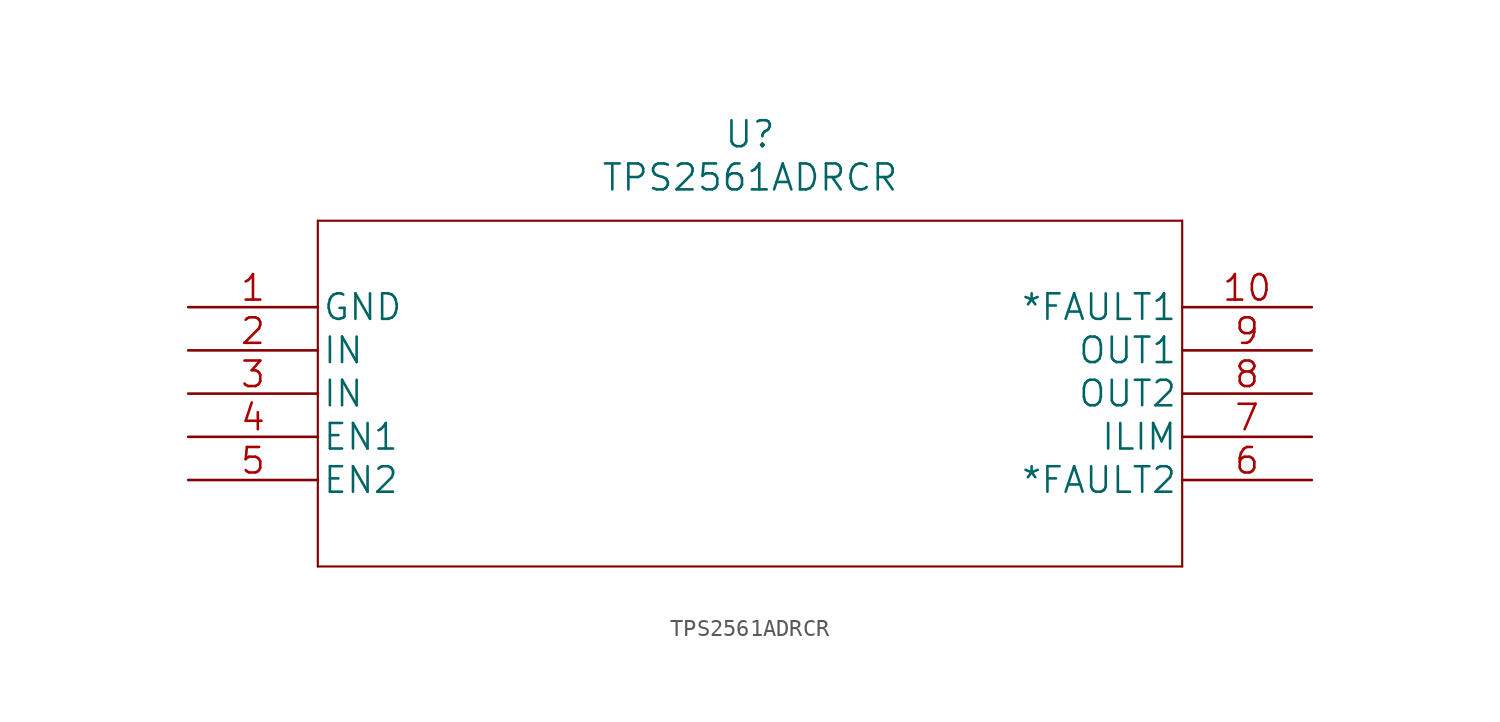
<source format=kicad_sym>
(kicad_symbol_lib
  (version 20220914)
  (generator kicad_symbol_editor)
  (symbol "TPS2561ADRCR"
    (pin_names
      (offset 0.254))
    (property "Reference" "U"
      (at 33.02 10.16 0)
      (effects (font (size 1.524 1.524))))
    (property "Value" "TPS2561ADRCR"
      (at 33.02 7.62 0)
      (effects (font (size 1.524 1.524))))
    (property "Datasheet" ""
      (at 0 0 0)
      (effects (font (size 1.524 1.524))))
    (symbol "TPS2561ADRCR_1_1"
      (polyline (pts (xy 7.62 -15.24) (xy 58.42 -15.24)) (stroke (width 0.127) (type solid)) (fill (type none)))
      (polyline (pts (xy 7.62 5.08) (xy 7.62 -15.24)) (stroke (width 0.127) (type solid)) (fill (type none)))
      (polyline (pts (xy 58.42 -15.24) (xy 58.42 5.08)) (stroke (width 0.127) (type solid)) (fill (type none)))
      (polyline (pts (xy 58.42 5.08) (xy 7.62 5.08)) (stroke (width 0.127) (type solid)) (fill (type none)))
      (pin power_in line (at 0 0 0) (length 7.62) (name "GND" (effects (font (size 1.499 1.499)))) (number "1" (effects (font (size 1.499 1.499)))))
      (pin output line (at 66.04 0 180) (length 7.62) (name "*FAULT1" (effects (font (size 1.499 1.499)))) (number "10" (effects (font (size 1.499 1.499)))))
      (pin input line (at 0 -2.54 0) (length 7.62) (name "IN" (effects (font (size 1.499 1.499)))) (number "2" (effects (font (size 1.499 1.499)))))
      (pin input line (at 0 -5.08 0) (length 7.62) (name "IN" (effects (font (size 1.499 1.499)))) (number "3" (effects (font (size 1.499 1.499)))))
      (pin input line (at 0 -7.62 0) (length 7.62) (name "EN1" (effects (font (size 1.499 1.499)))) (number "4" (effects (font (size 1.499 1.499)))))
      (pin input line (at 0 -10.16 0) (length 7.62) (name "EN2" (effects (font (size 1.499 1.499)))) (number "5" (effects (font (size 1.499 1.499)))))
      (pin output line (at 66.04 -10.16 180) (length 7.62) (name "*FAULT2" (effects (font (size 1.499 1.499)))) (number "6" (effects (font (size 1.499 1.499)))))
      (pin output line (at 66.04 -7.62 180) (length 7.62) (name "ILIM" (effects (font (size 1.499 1.499)))) (number "7" (effects (font (size 1.499 1.499)))))
      (pin output line (at 66.04 -5.08 180) (length 7.62) (name "OUT2" (effects (font (size 1.499 1.499)))) (number "8" (effects (font (size 1.499 1.499)))))
      (pin output line (at 66.04 -2.54 180) (length 7.62) (name "OUT1" (effects (font (size 1.499 1.499)))) (number "9" (effects (font (size 1.499 1.499))))))))
</source>
